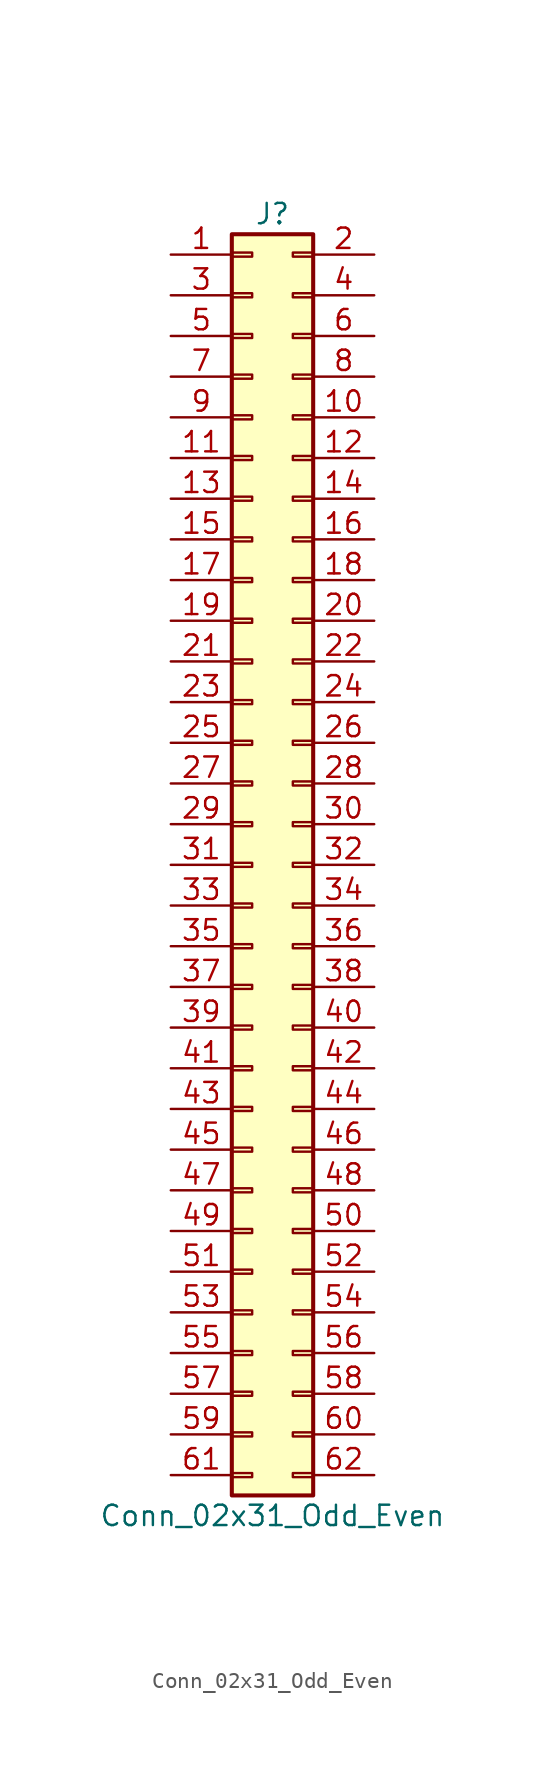
<source format=kicad_sym>
(kicad_symbol_lib
  (version 20220914)
  (generator kicad_symbol_editor)
  (symbol "Conn_02x31_Odd_Even"
    (pin_names
      (offset 1.016) hide)
    (property "Reference" "J"
      (at 1.27 40.64 0)
      (effects (font (size 1.27 1.27))))
    (property "Value" "Conn_02x31_Odd_Even"
      (at 1.27 -40.64 0)
      (effects (font (size 1.27 1.27))))
    (symbol "Conn_02x31_Odd_Even_1_1"
      (rectangle (start -1.27 -37.973) (end 0 -38.227) (stroke (width 0.152) (type default)) (fill (type none)))
      (rectangle (start -1.27 -35.433) (end 0 -35.687) (stroke (width 0.152) (type default)) (fill (type none)))
      (rectangle (start -1.27 -32.893) (end 0 -33.147) (stroke (width 0.152) (type default)) (fill (type none)))
      (rectangle (start -1.27 -30.353) (end 0 -30.607) (stroke (width 0.152) (type default)) (fill (type none)))
      (rectangle (start -1.27 -27.813) (end 0 -28.067) (stroke (width 0.152) (type default)) (fill (type none)))
      (rectangle (start -1.27 -25.273) (end 0 -25.527) (stroke (width 0.152) (type default)) (fill (type none)))
      (rectangle (start -1.27 -22.733) (end 0 -22.987) (stroke (width 0.152) (type default)) (fill (type none)))
      (rectangle (start -1.27 -20.193) (end 0 -20.447) (stroke (width 0.152) (type default)) (fill (type none)))
      (rectangle (start -1.27 -17.653) (end 0 -17.907) (stroke (width 0.152) (type default)) (fill (type none)))
      (rectangle (start -1.27 -15.113) (end 0 -15.367) (stroke (width 0.152) (type default)) (fill (type none)))
      (rectangle (start -1.27 -12.573) (end 0 -12.827) (stroke (width 0.152) (type default)) (fill (type none)))
      (rectangle (start -1.27 -10.033) (end 0 -10.287) (stroke (width 0.152) (type default)) (fill (type none)))
      (rectangle (start -1.27 -7.493) (end 0 -7.747) (stroke (width 0.152) (type default)) (fill (type none)))
      (rectangle (start -1.27 -4.953) (end 0 -5.207) (stroke (width 0.152) (type default)) (fill (type none)))
      (rectangle (start -1.27 -2.413) (end 0 -2.667) (stroke (width 0.152) (type default)) (fill (type none)))
      (rectangle (start -1.27 0.127) (end 0 -0.127) (stroke (width 0.152) (type default)) (fill (type none)))
      (rectangle (start -1.27 2.667) (end 0 2.413) (stroke (width 0.152) (type default)) (fill (type none)))
      (rectangle (start -1.27 5.207) (end 0 4.953) (stroke (width 0.152) (type default)) (fill (type none)))
      (rectangle (start -1.27 7.747) (end 0 7.493) (stroke (width 0.152) (type default)) (fill (type none)))
      (rectangle (start -1.27 10.287) (end 0 10.033) (stroke (width 0.152) (type default)) (fill (type none)))
      (rectangle (start -1.27 12.827) (end 0 12.573) (stroke (width 0.152) (type default)) (fill (type none)))
      (rectangle (start -1.27 15.367) (end 0 15.113) (stroke (width 0.152) (type default)) (fill (type none)))
      (rectangle (start -1.27 17.907) (end 0 17.653) (stroke (width 0.152) (type default)) (fill (type none)))
      (rectangle (start -1.27 20.447) (end 0 20.193) (stroke (width 0.152) (type default)) (fill (type none)))
      (rectangle (start -1.27 22.987) (end 0 22.733) (stroke (width 0.152) (type default)) (fill (type none)))
      (rectangle (start -1.27 25.527) (end 0 25.273) (stroke (width 0.152) (type default)) (fill (type none)))
      (rectangle (start -1.27 28.067) (end 0 27.813) (stroke (width 0.152) (type default)) (fill (type none)))
      (rectangle (start -1.27 30.607) (end 0 30.353) (stroke (width 0.152) (type default)) (fill (type none)))
      (rectangle (start -1.27 33.147) (end 0 32.893) (stroke (width 0.152) (type default)) (fill (type none)))
      (rectangle (start -1.27 35.687) (end 0 35.433) (stroke (width 0.152) (type default)) (fill (type none)))
      (rectangle (start -1.27 38.227) (end 0 37.973) (stroke (width 0.152) (type default)) (fill (type none)))
      (rectangle (start -1.27 39.37) (end 3.81 -39.37) (stroke (width 0.254) (type default)) (fill (type background)))
      (rectangle (start 3.81 -37.973) (end 2.54 -38.227) (stroke (width 0.152) (type default)) (fill (type none)))
      (rectangle (start 3.81 -35.433) (end 2.54 -35.687) (stroke (width 0.152) (type default)) (fill (type none)))
      (rectangle (start 3.81 -32.893) (end 2.54 -33.147) (stroke (width 0.152) (type default)) (fill (type none)))
      (rectangle (start 3.81 -30.353) (end 2.54 -30.607) (stroke (width 0.152) (type default)) (fill (type none)))
      (rectangle (start 3.81 -27.813) (end 2.54 -28.067) (stroke (width 0.152) (type default)) (fill (type none)))
      (rectangle (start 3.81 -25.273) (end 2.54 -25.527) (stroke (width 0.152) (type default)) (fill (type none)))
      (rectangle (start 3.81 -22.733) (end 2.54 -22.987) (stroke (width 0.152) (type default)) (fill (type none)))
      (rectangle (start 3.81 -20.193) (end 2.54 -20.447) (stroke (width 0.152) (type default)) (fill (type none)))
      (rectangle (start 3.81 -17.653) (end 2.54 -17.907) (stroke (width 0.152) (type default)) (fill (type none)))
      (rectangle (start 3.81 -15.113) (end 2.54 -15.367) (stroke (width 0.152) (type default)) (fill (type none)))
      (rectangle (start 3.81 -12.573) (end 2.54 -12.827) (stroke (width 0.152) (type default)) (fill (type none)))
      (rectangle (start 3.81 -10.033) (end 2.54 -10.287) (stroke (width 0.152) (type default)) (fill (type none)))
      (rectangle (start 3.81 -7.493) (end 2.54 -7.747) (stroke (width 0.152) (type default)) (fill (type none)))
      (rectangle (start 3.81 -4.953) (end 2.54 -5.207) (stroke (width 0.152) (type default)) (fill (type none)))
      (rectangle (start 3.81 -2.413) (end 2.54 -2.667) (stroke (width 0.152) (type default)) (fill (type none)))
      (rectangle (start 3.81 0.127) (end 2.54 -0.127) (stroke (width 0.152) (type default)) (fill (type none)))
      (rectangle (start 3.81 2.667) (end 2.54 2.413) (stroke (width 0.152) (type default)) (fill (type none)))
      (rectangle (start 3.81 5.207) (end 2.54 4.953) (stroke (width 0.152) (type default)) (fill (type none)))
      (rectangle (start 3.81 7.747) (end 2.54 7.493) (stroke (width 0.152) (type default)) (fill (type none)))
      (rectangle (start 3.81 10.287) (end 2.54 10.033) (stroke (width 0.152) (type default)) (fill (type none)))
      (rectangle (start 3.81 12.827) (end 2.54 12.573) (stroke (width 0.152) (type default)) (fill (type none)))
      (rectangle (start 3.81 15.367) (end 2.54 15.113) (stroke (width 0.152) (type default)) (fill (type none)))
      (rectangle (start 3.81 17.907) (end 2.54 17.653) (stroke (width 0.152) (type default)) (fill (type none)))
      (rectangle (start 3.81 20.447) (end 2.54 20.193) (stroke (width 0.152) (type default)) (fill (type none)))
      (rectangle (start 3.81 22.987) (end 2.54 22.733) (stroke (width 0.152) (type default)) (fill (type none)))
      (rectangle (start 3.81 25.527) (end 2.54 25.273) (stroke (width 0.152) (type default)) (fill (type none)))
      (rectangle (start 3.81 28.067) (end 2.54 27.813) (stroke (width 0.152) (type default)) (fill (type none)))
      (rectangle (start 3.81 30.607) (end 2.54 30.353) (stroke (width 0.152) (type default)) (fill (type none)))
      (rectangle (start 3.81 33.147) (end 2.54 32.893) (stroke (width 0.152) (type default)) (fill (type none)))
      (rectangle (start 3.81 35.687) (end 2.54 35.433) (stroke (width 0.152) (type default)) (fill (type none)))
      (rectangle (start 3.81 38.227) (end 2.54 37.973) (stroke (width 0.152) (type default)) (fill (type none)))
      (pin passive line (at -5.08 38.1 0) (length 3.81) (name "Pin_1" (effects (font (size 1.27 1.27)))) (number "1" (effects (font (size 1.27 1.27)))))
      (pin passive line (at 7.62 27.94 180) (length 3.81) (name "Pin_10" (effects (font (size 1.27 1.27)))) (number "10" (effects (font (size 1.27 1.27)))))
      (pin passive line (at -5.08 25.4 0) (length 3.81) (name "Pin_11" (effects (font (size 1.27 1.27)))) (number "11" (effects (font (size 1.27 1.27)))))
      (pin passive line (at 7.62 25.4 180) (length 3.81) (name "Pin_12" (effects (font (size 1.27 1.27)))) (number "12" (effects (font (size 1.27 1.27)))))
      (pin passive line (at -5.08 22.86 0) (length 3.81) (name "Pin_13" (effects (font (size 1.27 1.27)))) (number "13" (effects (font (size 1.27 1.27)))))
      (pin passive line (at 7.62 22.86 180) (length 3.81) (name "Pin_14" (effects (font (size 1.27 1.27)))) (number "14" (effects (font (size 1.27 1.27)))))
      (pin passive line (at -5.08 20.32 0) (length 3.81) (name "Pin_15" (effects (font (size 1.27 1.27)))) (number "15" (effects (font (size 1.27 1.27)))))
      (pin passive line (at 7.62 20.32 180) (length 3.81) (name "Pin_16" (effects (font (size 1.27 1.27)))) (number "16" (effects (font (size 1.27 1.27)))))
      (pin passive line (at -5.08 17.78 0) (length 3.81) (name "Pin_17" (effects (font (size 1.27 1.27)))) (number "17" (effects (font (size 1.27 1.27)))))
      (pin passive line (at 7.62 17.78 180) (length 3.81) (name "Pin_18" (effects (font (size 1.27 1.27)))) (number "18" (effects (font (size 1.27 1.27)))))
      (pin passive line (at -5.08 15.24 0) (length 3.81) (name "Pin_19" (effects (font (size 1.27 1.27)))) (number "19" (effects (font (size 1.27 1.27)))))
      (pin passive line (at 7.62 38.1 180) (length 3.81) (name "Pin_2" (effects (font (size 1.27 1.27)))) (number "2" (effects (font (size 1.27 1.27)))))
      (pin passive line (at 7.62 15.24 180) (length 3.81) (name "Pin_20" (effects (font (size 1.27 1.27)))) (number "20" (effects (font (size 1.27 1.27)))))
      (pin passive line (at -5.08 12.7 0) (length 3.81) (name "Pin_21" (effects (font (size 1.27 1.27)))) (number "21" (effects (font (size 1.27 1.27)))))
      (pin passive line (at 7.62 12.7 180) (length 3.81) (name "Pin_22" (effects (font (size 1.27 1.27)))) (number "22" (effects (font (size 1.27 1.27)))))
      (pin passive line (at -5.08 10.16 0) (length 3.81) (name "Pin_23" (effects (font (size 1.27 1.27)))) (number "23" (effects (font (size 1.27 1.27)))))
      (pin passive line (at 7.62 10.16 180) (length 3.81) (name "Pin_24" (effects (font (size 1.27 1.27)))) (number "24" (effects (font (size 1.27 1.27)))))
      (pin passive line (at -5.08 7.62 0) (length 3.81) (name "Pin_25" (effects (font (size 1.27 1.27)))) (number "25" (effects (font (size 1.27 1.27)))))
      (pin passive line (at 7.62 7.62 180) (length 3.81) (name "Pin_26" (effects (font (size 1.27 1.27)))) (number "26" (effects (font (size 1.27 1.27)))))
      (pin passive line (at -5.08 5.08 0) (length 3.81) (name "Pin_27" (effects (font (size 1.27 1.27)))) (number "27" (effects (font (size 1.27 1.27)))))
      (pin passive line (at 7.62 5.08 180) (length 3.81) (name "Pin_28" (effects (font (size 1.27 1.27)))) (number "28" (effects (font (size 1.27 1.27)))))
      (pin passive line (at -5.08 2.54 0) (length 3.81) (name "Pin_29" (effects (font (size 1.27 1.27)))) (number "29" (effects (font (size 1.27 1.27)))))
      (pin passive line (at -5.08 35.56 0) (length 3.81) (name "Pin_3" (effects (font (size 1.27 1.27)))) (number "3" (effects (font (size 1.27 1.27)))))
      (pin passive line (at 7.62 2.54 180) (length 3.81) (name "Pin_30" (effects (font (size 1.27 1.27)))) (number "30" (effects (font (size 1.27 1.27)))))
      (pin passive line (at -5.08 0 0) (length 3.81) (name "Pin_31" (effects (font (size 1.27 1.27)))) (number "31" (effects (font (size 1.27 1.27)))))
      (pin passive line (at 7.62 0 180) (length 3.81) (name "Pin_32" (effects (font (size 1.27 1.27)))) (number "32" (effects (font (size 1.27 1.27)))))
      (pin passive line (at -5.08 -2.54 0) (length 3.81) (name "Pin_33" (effects (font (size 1.27 1.27)))) (number "33" (effects (font (size 1.27 1.27)))))
      (pin passive line (at 7.62 -2.54 180) (length 3.81) (name "Pin_34" (effects (font (size 1.27 1.27)))) (number "34" (effects (font (size 1.27 1.27)))))
      (pin passive line (at -5.08 -5.08 0) (length 3.81) (name "Pin_35" (effects (font (size 1.27 1.27)))) (number "35" (effects (font (size 1.27 1.27)))))
      (pin passive line (at 7.62 -5.08 180) (length 3.81) (name "Pin_36" (effects (font (size 1.27 1.27)))) (number "36" (effects (font (size 1.27 1.27)))))
      (pin passive line (at -5.08 -7.62 0) (length 3.81) (name "Pin_37" (effects (font (size 1.27 1.27)))) (number "37" (effects (font (size 1.27 1.27)))))
      (pin passive line (at 7.62 -7.62 180) (length 3.81) (name "Pin_38" (effects (font (size 1.27 1.27)))) (number "38" (effects (font (size 1.27 1.27)))))
      (pin passive line (at -5.08 -10.16 0) (length 3.81) (name "Pin_39" (effects (font (size 1.27 1.27)))) (number "39" (effects (font (size 1.27 1.27)))))
      (pin passive line (at 7.62 35.56 180) (length 3.81) (name "Pin_4" (effects (font (size 1.27 1.27)))) (number "4" (effects (font (size 1.27 1.27)))))
      (pin passive line (at 7.62 -10.16 180) (length 3.81) (name "Pin_40" (effects (font (size 1.27 1.27)))) (number "40" (effects (font (size 1.27 1.27)))))
      (pin passive line (at -5.08 -12.7 0) (length 3.81) (name "Pin_41" (effects (font (size 1.27 1.27)))) (number "41" (effects (font (size 1.27 1.27)))))
      (pin passive line (at 7.62 -12.7 180) (length 3.81) (name "Pin_42" (effects (font (size 1.27 1.27)))) (number "42" (effects (font (size 1.27 1.27)))))
      (pin passive line (at -5.08 -15.24 0) (length 3.81) (name "Pin_43" (effects (font (size 1.27 1.27)))) (number "43" (effects (font (size 1.27 1.27)))))
      (pin passive line (at 7.62 -15.24 180) (length 3.81) (name "Pin_44" (effects (font (size 1.27 1.27)))) (number "44" (effects (font (size 1.27 1.27)))))
      (pin passive line (at -5.08 -17.78 0) (length 3.81) (name "Pin_45" (effects (font (size 1.27 1.27)))) (number "45" (effects (font (size 1.27 1.27)))))
      (pin passive line (at 7.62 -17.78 180) (length 3.81) (name "Pin_46" (effects (font (size 1.27 1.27)))) (number "46" (effects (font (size 1.27 1.27)))))
      (pin passive line (at -5.08 -20.32 0) (length 3.81) (name "Pin_47" (effects (font (size 1.27 1.27)))) (number "47" (effects (font (size 1.27 1.27)))))
      (pin passive line (at 7.62 -20.32 180) (length 3.81) (name "Pin_48" (effects (font (size 1.27 1.27)))) (number "48" (effects (font (size 1.27 1.27)))))
      (pin passive line (at -5.08 -22.86 0) (length 3.81) (name "Pin_49" (effects (font (size 1.27 1.27)))) (number "49" (effects (font (size 1.27 1.27)))))
      (pin passive line (at -5.08 33.02 0) (length 3.81) (name "Pin_5" (effects (font (size 1.27 1.27)))) (number "5" (effects (font (size 1.27 1.27)))))
      (pin passive line (at 7.62 -22.86 180) (length 3.81) (name "Pin_50" (effects (font (size 1.27 1.27)))) (number "50" (effects (font (size 1.27 1.27)))))
      (pin passive line (at -5.08 -25.4 0) (length 3.81) (name "Pin_51" (effects (font (size 1.27 1.27)))) (number "51" (effects (font (size 1.27 1.27)))))
      (pin passive line (at 7.62 -25.4 180) (length 3.81) (name "Pin_52" (effects (font (size 1.27 1.27)))) (number "52" (effects (font (size 1.27 1.27)))))
      (pin passive line (at -5.08 -27.94 0) (length 3.81) (name "Pin_53" (effects (font (size 1.27 1.27)))) (number "53" (effects (font (size 1.27 1.27)))))
      (pin passive line (at 7.62 -27.94 180) (length 3.81) (name "Pin_54" (effects (font (size 1.27 1.27)))) (number "54" (effects (font (size 1.27 1.27)))))
      (pin passive line (at -5.08 -30.48 0) (length 3.81) (name "Pin_55" (effects (font (size 1.27 1.27)))) (number "55" (effects (font (size 1.27 1.27)))))
      (pin passive line (at 7.62 -30.48 180) (length 3.81) (name "Pin_56" (effects (font (size 1.27 1.27)))) (number "56" (effects (font (size 1.27 1.27)))))
      (pin passive line (at -5.08 -33.02 0) (length 3.81) (name "Pin_57" (effects (font (size 1.27 1.27)))) (number "57" (effects (font (size 1.27 1.27)))))
      (pin passive line (at 7.62 -33.02 180) (length 3.81) (name "Pin_58" (effects (font (size 1.27 1.27)))) (number "58" (effects (font (size 1.27 1.27)))))
      (pin passive line (at -5.08 -35.56 0) (length 3.81) (name "Pin_59" (effects (font (size 1.27 1.27)))) (number "59" (effects (font (size 1.27 1.27)))))
      (pin passive line (at 7.62 33.02 180) (length 3.81) (name "Pin_6" (effects (font (size 1.27 1.27)))) (number "6" (effects (font (size 1.27 1.27)))))
      (pin passive line (at 7.62 -35.56 180) (length 3.81) (name "Pin_60" (effects (font (size 1.27 1.27)))) (number "60" (effects (font (size 1.27 1.27)))))
      (pin passive line (at -5.08 -38.1 0) (length 3.81) (name "Pin_61" (effects (font (size 1.27 1.27)))) (number "61" (effects (font (size 1.27 1.27)))))
      (pin passive line (at 7.62 -38.1 180) (length 3.81) (name "Pin_62" (effects (font (size 1.27 1.27)))) (number "62" (effects (font (size 1.27 1.27)))))
      (pin passive line (at -5.08 30.48 0) (length 3.81) (name "Pin_7" (effects (font (size 1.27 1.27)))) (number "7" (effects (font (size 1.27 1.27)))))
      (pin passive line (at 7.62 30.48 180) (length 3.81) (name "Pin_8" (effects (font (size 1.27 1.27)))) (number "8" (effects (font (size 1.27 1.27)))))
      (pin passive line (at -5.08 27.94 0) (length 3.81) (name "Pin_9" (effects (font (size 1.27 1.27)))) (number "9" (effects (font (size 1.27 1.27))))))))
</source>
